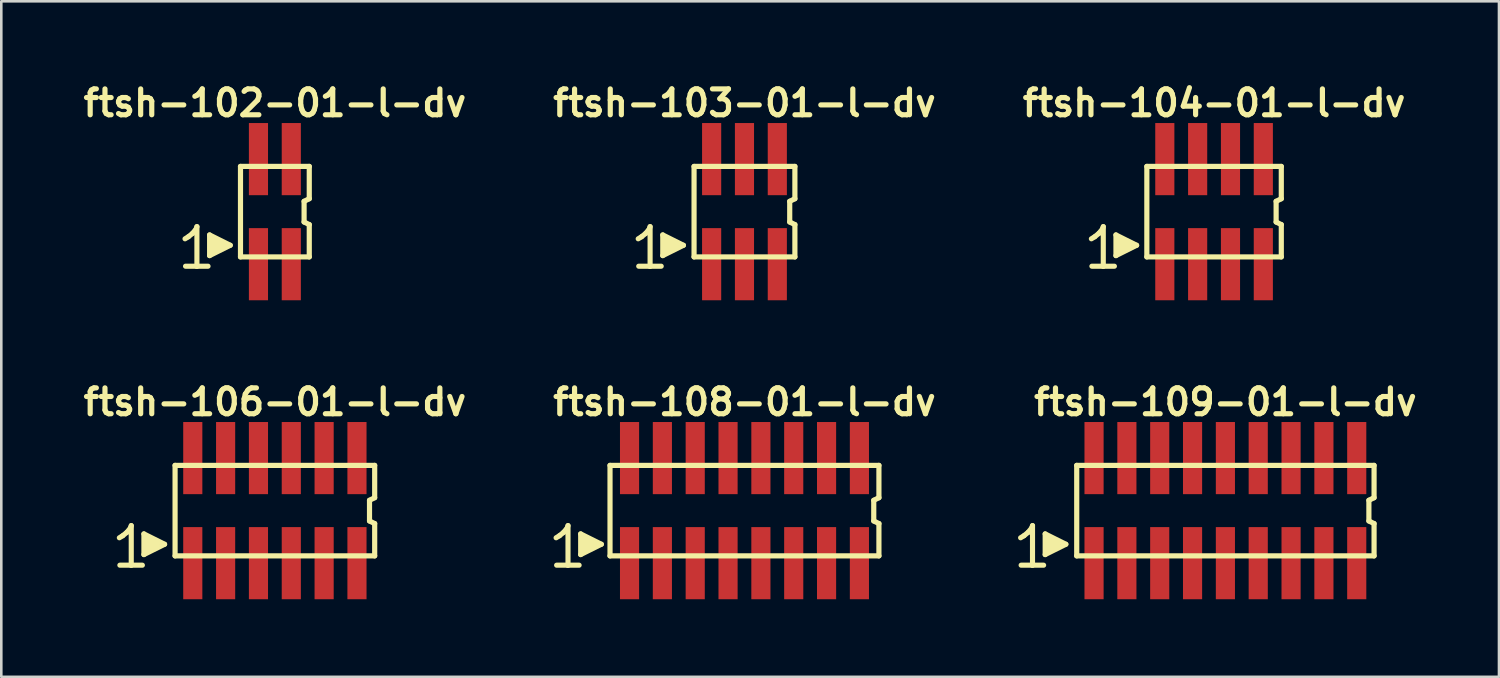
<source format=kicad_pcb>
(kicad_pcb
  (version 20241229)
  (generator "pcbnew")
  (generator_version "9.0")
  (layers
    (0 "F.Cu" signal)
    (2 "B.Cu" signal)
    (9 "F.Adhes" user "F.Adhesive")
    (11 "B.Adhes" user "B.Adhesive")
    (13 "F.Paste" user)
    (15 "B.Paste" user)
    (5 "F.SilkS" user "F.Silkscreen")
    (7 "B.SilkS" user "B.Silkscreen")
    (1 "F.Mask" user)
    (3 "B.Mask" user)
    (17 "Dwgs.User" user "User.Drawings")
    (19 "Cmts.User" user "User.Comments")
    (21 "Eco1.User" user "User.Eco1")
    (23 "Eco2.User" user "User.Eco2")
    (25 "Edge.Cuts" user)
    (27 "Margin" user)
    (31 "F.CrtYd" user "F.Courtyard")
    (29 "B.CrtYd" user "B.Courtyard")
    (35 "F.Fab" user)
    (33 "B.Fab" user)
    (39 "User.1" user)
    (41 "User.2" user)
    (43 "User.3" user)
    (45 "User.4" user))
  (footprint "ftsh-106-01-l-dv"
    (layer "F.Cu")
    (at 7.581 16.699)
    (property "Reference" "ftsh-106-01-l-dv" (at 0 -4.2 0) (layer "F.SilkS") (effects (font (size 1 1) (thickness 0.2))))
    (attr smd)
    (fp_line (start -6.015 1.05) (end -5.885 0.97) (stroke (width 0.198) (type solid)) (layer "F.SilkS"))
    (fp_line (start -5.885 0.97) (end -5.725 0.84) (stroke (width 0.198) (type solid)) (layer "F.SilkS"))
    (fp_line (start -5.725 0.84) (end -5.585 0.67) (stroke (width 0.198) (type solid)) (layer "F.SilkS"))
    (fp_line (start -5.585 0.67) (end -5.555 0.58) (stroke (width 0.198) (type solid)) (layer "F.SilkS"))
    (fp_line (start -5.555 0.58) (end -5.555 2.11) (stroke (width 0.198) (type solid)) (layer "F.SilkS"))
    (fp_line (start -5.555 2.11) (end -5.995 2.11) (stroke (width 0.198) (type solid)) (layer "F.SilkS"))
    (fp_line (start -5.125 2.11) (end -5.565 2.11) (stroke (width 0.198) (type solid)) (layer "F.SilkS"))
    (fp_line (start -5.065 0.9) (end -4.265 1.3) (stroke (width 0.198) (type solid)) (layer "F.SilkS"))
    (fp_line (start -5.065 1.7) (end -5.065 0.9) (stroke (width 0.198) (type solid)) (layer "F.SilkS"))
    (fp_line (start -4.965 1.6) (end -4.965 1) (stroke (width 0.198) (type solid)) (layer "F.SilkS"))
    (fp_line (start -4.865 1.1) (end -4.865 1.5) (stroke (width 0.198) (type solid)) (layer "F.SilkS"))
    (fp_line (start -4.765 1.5) (end -4.765 1.1) (stroke (width 0.198) (type solid)) (layer "F.SilkS"))
    (fp_line (start -4.665 1.2) (end -4.665 1.4) (stroke (width 0.198) (type solid)) (layer "F.SilkS"))
    (fp_line (start -4.565 1.4) (end -4.565 1.2) (stroke (width 0.198) (type solid)) (layer "F.SilkS"))
    (fp_line (start -4.265 1.3) (end -5.065 1.7) (stroke (width 0.198) (type solid)) (layer "F.SilkS"))
    (fp_line (start -3.86 -1.75) (end -3.86 1.75) (stroke (width 0.2) (type solid)) (layer "F.SilkS"))
    (fp_line (start -3.86 -1.75) (end 3.86 -1.75) (stroke (width 0.2) (type solid)) (layer "F.SilkS"))
    (fp_line (start -3.86 1.75) (end 3.86 1.75) (stroke (width 0.2) (type solid)) (layer "F.SilkS"))
    (fp_line (start 3.66 -0.4) (end 3.66 0.4) (stroke (width 0.2) (type solid)) (layer "F.SilkS"))
    (fp_line (start 3.66 0.4) (end 3.86 0.5) (stroke (width 0.2) (type solid)) (layer "F.SilkS"))
    (fp_line (start 3.86 -0.5) (end 3.66 -0.4) (stroke (width 0.2) (type solid)) (layer "F.SilkS"))
    (fp_line (start 3.86 -0.5) (end 3.86 -1.75) (stroke (width 0.2) (type solid)) (layer "F.SilkS"))
    (fp_line (start 3.86 0.5) (end 3.86 1.75) (stroke (width 0.2) (type solid)) (layer "F.SilkS"))
    (pad "1" smd rect (at -3.175 2.032) (size 0.74 2.79) (layers "F.Cu" "F.Mask" "F.Paste"))
    (pad "2" smd rect (at -3.175 -2.032) (size 0.74 2.79) (layers "F.Cu" "F.Mask" "F.Paste"))
    (pad "3" smd rect (at -1.905 2.032) (size 0.74 2.79) (layers "F.Cu" "F.Mask" "F.Paste"))
    (pad "4" smd rect (at -1.905 -2.032) (size 0.74 2.79) (layers "F.Cu" "F.Mask" "F.Paste"))
    (pad "5" smd rect (at -0.635 2.032) (size 0.74 2.79) (layers "F.Cu" "F.Mask" "F.Paste"))
    (pad "6" smd rect (at -0.635 -2.032) (size 0.74 2.79) (layers "F.Cu" "F.Mask" "F.Paste"))
    (pad "7" smd rect (at 0.635 2.032) (size 0.74 2.79) (layers "F.Cu" "F.Mask" "F.Paste"))
    (pad "8" smd rect (at 0.635 -2.032) (size 0.74 2.79) (layers "F.Cu" "F.Mask" "F.Paste"))
    (pad "9" smd rect (at 1.905 2.032) (size 0.74 2.79) (layers "F.Cu" "F.Mask" "F.Paste"))
    (pad "10" smd rect (at 1.905 -2.032) (size 0.74 2.79) (layers "F.Cu" "F.Mask" "F.Paste"))
    (pad "11" smd rect (at 3.175 2.032) (size 0.74 2.79) (layers "F.Cu" "F.Mask" "F.Paste"))
    (pad "12" smd rect (at 3.175 -2.032) (size 0.74 2.79) (layers "F.Cu" "F.Mask" "F.Paste")))
  (footprint "ftsh-102-01-l-dv"
    (layer "F.Cu")
    (at 7.581 5.136)
    (property "Reference" "ftsh-102-01-l-dv" (at 0 -4.2 0) (layer "F.SilkS") (effects (font (size 1 1) (thickness 0.2))))
    (attr smd)
    (fp_line (start -3.475 1.05) (end -3.345 0.97) (stroke (width 0.198) (type solid)) (layer "F.SilkS"))
    (fp_line (start -3.345 0.97) (end -3.185 0.84) (stroke (width 0.198) (type solid)) (layer "F.SilkS"))
    (fp_line (start -3.185 0.84) (end -3.045 0.67) (stroke (width 0.198) (type solid)) (layer "F.SilkS"))
    (fp_line (start -3.045 0.67) (end -3.015 0.58) (stroke (width 0.198) (type solid)) (layer "F.SilkS"))
    (fp_line (start -3.015 0.58) (end -3.015 2.11) (stroke (width 0.198) (type solid)) (layer "F.SilkS"))
    (fp_line (start -3.015 2.11) (end -3.455 2.11) (stroke (width 0.198) (type solid)) (layer "F.SilkS"))
    (fp_line (start -2.585 2.11) (end -3.025 2.11) (stroke (width 0.198) (type solid)) (layer "F.SilkS"))
    (fp_line (start -2.525 0.9) (end -1.725 1.3) (stroke (width 0.198) (type solid)) (layer "F.SilkS"))
    (fp_line (start -2.525 1.7) (end -2.525 0.9) (stroke (width 0.198) (type solid)) (layer "F.SilkS"))
    (fp_line (start -2.425 1.6) (end -2.425 1) (stroke (width 0.198) (type solid)) (layer "F.SilkS"))
    (fp_line (start -2.325 1.1) (end -2.325 1.5) (stroke (width 0.198) (type solid)) (layer "F.SilkS"))
    (fp_line (start -2.225 1.5) (end -2.225 1.1) (stroke (width 0.198) (type solid)) (layer "F.SilkS"))
    (fp_line (start -2.125 1.2) (end -2.125 1.4) (stroke (width 0.198) (type solid)) (layer "F.SilkS"))
    (fp_line (start -2.025 1.4) (end -2.025 1.2) (stroke (width 0.198) (type solid)) (layer "F.SilkS"))
    (fp_line (start -1.725 1.3) (end -2.525 1.7) (stroke (width 0.198) (type solid)) (layer "F.SilkS"))
    (fp_line (start -1.33 -1.75) (end -1.33 1.75) (stroke (width 0.2) (type solid)) (layer "F.SilkS"))
    (fp_line (start -1.33 -1.75) (end 1.33 -1.75) (stroke (width 0.2) (type solid)) (layer "F.SilkS"))
    (fp_line (start -1.33 1.75) (end 1.33 1.75) (stroke (width 0.2) (type solid)) (layer "F.SilkS"))
    (fp_line (start 1.13 -0.4) (end 1.13 0.4) (stroke (width 0.2) (type solid)) (layer "F.SilkS"))
    (fp_line (start 1.13 -0.4) (end 1.33 -0.5) (stroke (width 0.2) (type solid)) (layer "F.SilkS"))
    (fp_line (start 1.13 0.4) (end 1.33 0.5) (stroke (width 0.2) (type solid)) (layer "F.SilkS"))
    (fp_line (start 1.33 -0.5) (end 1.33 -1.75) (stroke (width 0.2) (type solid)) (layer "F.SilkS"))
    (fp_line (start 1.33 0.5) (end 1.33 1.75) (stroke (width 0.2) (type solid)) (layer "F.SilkS"))
    (pad "1" smd rect (at -0.635 2.032) (size 0.74 2.79) (layers "F.Cu" "F.Mask" "F.Paste"))
    (pad "2" smd rect (at -0.635 -2.032) (size 0.74 2.79) (layers "F.Cu" "F.Mask" "F.Paste"))
    (pad "3" smd rect (at 0.635 2.032) (size 0.74 2.79) (layers "F.Cu" "F.Mask" "F.Paste"))
    (pad "4" smd rect (at 0.635 -2.032) (size 0.74 2.79) (layers "F.Cu" "F.Mask" "F.Paste")))
  (footprint "ftsh-108-01-l-dv"
    (layer "F.Cu")
    (at 25.743 16.699)
    (property "Reference" "ftsh-108-01-l-dv" (at 0 -4.2 0) (layer "F.SilkS") (effects (font (size 1 1) (thickness 0.2))))
    (attr smd)
    (fp_line (start -7.285 1.05) (end -7.155 0.97) (stroke (width 0.198) (type solid)) (layer "F.SilkS"))
    (fp_line (start -7.155 0.97) (end -6.995 0.84) (stroke (width 0.198) (type solid)) (layer "F.SilkS"))
    (fp_line (start -6.995 0.84) (end -6.855 0.67) (stroke (width 0.198) (type solid)) (layer "F.SilkS"))
    (fp_line (start -6.855 0.67) (end -6.825 0.58) (stroke (width 0.198) (type solid)) (layer "F.SilkS"))
    (fp_line (start -6.825 0.58) (end -6.825 2.11) (stroke (width 0.198) (type solid)) (layer "F.SilkS"))
    (fp_line (start -6.825 2.11) (end -7.265 2.11) (stroke (width 0.198) (type solid)) (layer "F.SilkS"))
    (fp_line (start -6.395 2.11) (end -6.835 2.11) (stroke (width 0.198) (type solid)) (layer "F.SilkS"))
    (fp_line (start -6.335 0.9) (end -5.535 1.3) (stroke (width 0.198) (type solid)) (layer "F.SilkS"))
    (fp_line (start -6.335 1.7) (end -6.335 0.9) (stroke (width 0.198) (type solid)) (layer "F.SilkS"))
    (fp_line (start -6.235 1.6) (end -6.235 1) (stroke (width 0.198) (type solid)) (layer "F.SilkS"))
    (fp_line (start -6.135 1.1) (end -6.135 1.5) (stroke (width 0.198) (type solid)) (layer "F.SilkS"))
    (fp_line (start -6.035 1.5) (end -6.035 1.1) (stroke (width 0.198) (type solid)) (layer "F.SilkS"))
    (fp_line (start -5.935 1.2) (end -5.935 1.4) (stroke (width 0.198) (type solid)) (layer "F.SilkS"))
    (fp_line (start -5.835 1.4) (end -5.835 1.2) (stroke (width 0.198) (type solid)) (layer "F.SilkS"))
    (fp_line (start -5.535 1.3) (end -6.335 1.7) (stroke (width 0.198) (type solid)) (layer "F.SilkS"))
    (fp_line (start -5.2 -1.75) (end -5.2 1.75) (stroke (width 0.2) (type solid)) (layer "F.SilkS"))
    (fp_line (start -5.2 -1.75) (end 5.2 -1.75) (stroke (width 0.2) (type solid)) (layer "F.SilkS"))
    (fp_line (start -5.2 1.75) (end 5.2 1.75) (stroke (width 0.2) (type solid)) (layer "F.SilkS"))
    (fp_line (start 5 -0.4) (end 5 0.4) (stroke (width 0.2) (type solid)) (layer "F.SilkS"))
    (fp_line (start 5 0.4) (end 5.2 0.5) (stroke (width 0.2) (type solid)) (layer "F.SilkS"))
    (fp_line (start 5.2 -0.5) (end 5 -0.4) (stroke (width 0.2) (type solid)) (layer "F.SilkS"))
    (fp_line (start 5.2 -0.5) (end 5.2 -1.75) (stroke (width 0.2) (type solid)) (layer "F.SilkS"))
    (fp_line (start 5.2 0.5) (end 5.2 1.75) (stroke (width 0.2) (type solid)) (layer "F.SilkS"))
    (pad "1" smd rect (at -4.445 2.032) (size 0.74 2.79) (layers "F.Cu" "F.Mask" "F.Paste"))
    (pad "2" smd rect (at -4.445 -2.032) (size 0.74 2.79) (layers "F.Cu" "F.Mask" "F.Paste"))
    (pad "3" smd rect (at -3.175 2.032) (size 0.74 2.79) (layers "F.Cu" "F.Mask" "F.Paste"))
    (pad "4" smd rect (at -3.175 -2.032) (size 0.74 2.79) (layers "F.Cu" "F.Mask" "F.Paste"))
    (pad "5" smd rect (at -1.905 2.032) (size 0.74 2.79) (layers "F.Cu" "F.Mask" "F.Paste"))
    (pad "6" smd rect (at -1.905 -2.032) (size 0.74 2.79) (layers "F.Cu" "F.Mask" "F.Paste"))
    (pad "7" smd rect (at -0.635 2.032) (size 0.74 2.79) (layers "F.Cu" "F.Mask" "F.Paste"))
    (pad "8" smd rect (at -0.635 -2.032) (size 0.74 2.79) (layers "F.Cu" "F.Mask" "F.Paste"))
    (pad "9" smd rect (at 0.635 2.032) (size 0.74 2.79) (layers "F.Cu" "F.Mask" "F.Paste"))
    (pad "10" smd rect (at 0.635 -2.032) (size 0.74 2.79) (layers "F.Cu" "F.Mask" "F.Paste"))
    (pad "11" smd rect (at 1.905 2.032) (size 0.74 2.79) (layers "F.Cu" "F.Mask" "F.Paste"))
    (pad "12" smd rect (at 1.905 -2.032) (size 0.74 2.79) (layers "F.Cu" "F.Mask" "F.Paste"))
    (pad "13" smd rect (at 3.175 2.032) (size 0.74 2.79) (layers "F.Cu" "F.Mask" "F.Paste"))
    (pad "14" smd rect (at 3.175 -2.032) (size 0.74 2.79) (layers "F.Cu" "F.Mask" "F.Paste"))
    (pad "15" smd rect (at 4.445 2.032) (size 0.74 2.79) (layers "F.Cu" "F.Mask" "F.Paste"))
    (pad "16" smd rect (at 4.445 -2.032) (size 0.74 2.79) (layers "F.Cu" "F.Mask" "F.Paste")))
  (footprint "ftsh-103-01-l-dv"
    (layer "F.Cu")
    (at 25.743 5.136)
    (property "Reference" "ftsh-103-01-l-dv" (at 0 -4.2 0) (layer "F.SilkS") (effects (font (size 1 1) (thickness 0.2))))
    (attr smd)
    (fp_line (start -4.11 1.05) (end -3.98 0.97) (stroke (width 0.198) (type solid)) (layer "F.SilkS"))
    (fp_line (start -3.98 0.97) (end -3.82 0.84) (stroke (width 0.198) (type solid)) (layer "F.SilkS"))
    (fp_line (start -3.82 0.84) (end -3.68 0.67) (stroke (width 0.198) (type solid)) (layer "F.SilkS"))
    (fp_line (start -3.68 0.67) (end -3.65 0.58) (stroke (width 0.198) (type solid)) (layer "F.SilkS"))
    (fp_line (start -3.65 0.58) (end -3.65 2.11) (stroke (width 0.198) (type solid)) (layer "F.SilkS"))
    (fp_line (start -3.65 2.11) (end -4.09 2.11) (stroke (width 0.198) (type solid)) (layer "F.SilkS"))
    (fp_line (start -3.22 2.11) (end -3.66 2.11) (stroke (width 0.198) (type solid)) (layer "F.SilkS"))
    (fp_line (start -3.16 0.9) (end -2.36 1.3) (stroke (width 0.198) (type solid)) (layer "F.SilkS"))
    (fp_line (start -3.16 1.7) (end -3.16 0.9) (stroke (width 0.198) (type solid)) (layer "F.SilkS"))
    (fp_line (start -3.06 1.6) (end -3.06 1) (stroke (width 0.198) (type solid)) (layer "F.SilkS"))
    (fp_line (start -2.96 1.1) (end -2.96 1.5) (stroke (width 0.198) (type solid)) (layer "F.SilkS"))
    (fp_line (start -2.86 1.5) (end -2.86 1.1) (stroke (width 0.198) (type solid)) (layer "F.SilkS"))
    (fp_line (start -2.76 1.2) (end -2.76 1.4) (stroke (width 0.198) (type solid)) (layer "F.SilkS"))
    (fp_line (start -2.66 1.4) (end -2.66 1.2) (stroke (width 0.198) (type solid)) (layer "F.SilkS"))
    (fp_line (start -2.36 1.3) (end -3.16 1.7) (stroke (width 0.198) (type solid)) (layer "F.SilkS"))
    (fp_line (start -1.95 -1.75) (end -1.95 1.75) (stroke (width 0.2) (type solid)) (layer "F.SilkS"))
    (fp_line (start -1.95 -1.75) (end 1.95 -1.75) (stroke (width 0.2) (type solid)) (layer "F.SilkS"))
    (fp_line (start -1.95 1.75) (end 1.95 1.75) (stroke (width 0.2) (type solid)) (layer "F.SilkS"))
    (fp_line (start 1.75 -0.4) (end 1.75 0.4) (stroke (width 0.2) (type solid)) (layer "F.SilkS"))
    (fp_line (start 1.75 -0.4) (end 1.95 -0.5) (stroke (width 0.2) (type solid)) (layer "F.SilkS"))
    (fp_line (start 1.75 0.4) (end 1.95 0.5) (stroke (width 0.2) (type solid)) (layer "F.SilkS"))
    (fp_line (start 1.95 -0.5) (end 1.95 -1.75) (stroke (width 0.2) (type solid)) (layer "F.SilkS"))
    (fp_line (start 1.95 0.5) (end 1.95 1.75) (stroke (width 0.2) (type solid)) (layer "F.SilkS"))
    (pad "1" smd rect (at -1.27 2.032) (size 0.74 2.79) (layers "F.Cu" "F.Mask" "F.Paste"))
    (pad "2" smd rect (at -1.27 -2.032) (size 0.74 2.79) (layers "F.Cu" "F.Mask" "F.Paste"))
    (pad "3" smd rect (at 0 2.032) (size 0.74 2.79) (layers "F.Cu" "F.Mask" "F.Paste"))
    (pad "4" smd rect (at 0 -2.032) (size 0.74 2.79) (layers "F.Cu" "F.Mask" "F.Paste"))
    (pad "5" smd rect (at 1.27 2.032) (size 0.74 2.79) (layers "F.Cu" "F.Mask" "F.Paste"))
    (pad "6" smd rect (at 1.27 -2.032) (size 0.74 2.79) (layers "F.Cu" "F.Mask" "F.Paste")))
  (footprint "ftsh-109-01-l-dv"
    (layer "F.Cu")
    (at 44.343 16.699)
    (property "Reference" "ftsh-109-01-l-dv" (at 0 -4.2 0) (layer "F.SilkS") (effects (font (size 1 1) (thickness 0.2))))
    (attr smd)
    (fp_line (start -7.92 1.05) (end -7.79 0.97) (stroke (width 0.198) (type solid)) (layer "F.SilkS"))
    (fp_line (start -7.79 0.97) (end -7.63 0.84) (stroke (width 0.198) (type solid)) (layer "F.SilkS"))
    (fp_line (start -7.63 0.84) (end -7.49 0.67) (stroke (width 0.198) (type solid)) (layer "F.SilkS"))
    (fp_line (start -7.49 0.67) (end -7.46 0.58) (stroke (width 0.198) (type solid)) (layer "F.SilkS"))
    (fp_line (start -7.46 0.58) (end -7.46 2.11) (stroke (width 0.198) (type solid)) (layer "F.SilkS"))
    (fp_line (start -7.46 2.11) (end -7.9 2.11) (stroke (width 0.198) (type solid)) (layer "F.SilkS"))
    (fp_line (start -7.03 2.11) (end -7.47 2.11) (stroke (width 0.198) (type solid)) (layer "F.SilkS"))
    (fp_line (start -6.97 0.9) (end -6.17 1.3) (stroke (width 0.198) (type solid)) (layer "F.SilkS"))
    (fp_line (start -6.97 1.7) (end -6.97 0.9) (stroke (width 0.198) (type solid)) (layer "F.SilkS"))
    (fp_line (start -6.87 1.6) (end -6.87 1) (stroke (width 0.198) (type solid)) (layer "F.SilkS"))
    (fp_line (start -6.77 1.1) (end -6.77 1.5) (stroke (width 0.198) (type solid)) (layer "F.SilkS"))
    (fp_line (start -6.67 1.5) (end -6.67 1.1) (stroke (width 0.198) (type solid)) (layer "F.SilkS"))
    (fp_line (start -6.57 1.2) (end -6.57 1.4) (stroke (width 0.198) (type solid)) (layer "F.SilkS"))
    (fp_line (start -6.47 1.4) (end -6.47 1.2) (stroke (width 0.198) (type solid)) (layer "F.SilkS"))
    (fp_line (start -6.17 1.3) (end -6.97 1.7) (stroke (width 0.198) (type solid)) (layer "F.SilkS"))
    (fp_line (start -5.75 -1.75) (end -5.75 1.75) (stroke (width 0.2) (type solid)) (layer "F.SilkS"))
    (fp_line (start -5.75 -1.75) (end 5.75 -1.75) (stroke (width 0.2) (type solid)) (layer "F.SilkS"))
    (fp_line (start -5.75 1.75) (end 5.75 1.75) (stroke (width 0.2) (type solid)) (layer "F.SilkS"))
    (fp_line (start 5.55 -0.4) (end 5.55 0.4) (stroke (width 0.2) (type solid)) (layer "F.SilkS"))
    (fp_line (start 5.55 0.4) (end 5.75 0.5) (stroke (width 0.2) (type solid)) (layer "F.SilkS"))
    (fp_line (start 5.75 -0.5) (end 5.55 -0.4) (stroke (width 0.2) (type solid)) (layer "F.SilkS"))
    (fp_line (start 5.75 -0.5) (end 5.75 -1.75) (stroke (width 0.2) (type solid)) (layer "F.SilkS"))
    (fp_line (start 5.75 0.5) (end 5.75 1.75) (stroke (width 0.2) (type solid)) (layer "F.SilkS"))
    (pad "1" smd rect (at -5.08 2.032) (size 0.74 2.79) (layers "F.Cu" "F.Mask" "F.Paste"))
    (pad "2" smd rect (at -5.08 -2.032) (size 0.74 2.79) (layers "F.Cu" "F.Mask" "F.Paste"))
    (pad "3" smd rect (at -3.81 2.032) (size 0.74 2.79) (layers "F.Cu" "F.Mask" "F.Paste"))
    (pad "4" smd rect (at -3.81 -2.032) (size 0.74 2.79) (layers "F.Cu" "F.Mask" "F.Paste"))
    (pad "5" smd rect (at -2.54 2.032) (size 0.74 2.79) (layers "F.Cu" "F.Mask" "F.Paste"))
    (pad "6" smd rect (at -2.54 -2.032) (size 0.74 2.79) (layers "F.Cu" "F.Mask" "F.Paste"))
    (pad "7" smd rect (at -1.27 2.032) (size 0.74 2.79) (layers "F.Cu" "F.Mask" "F.Paste"))
    (pad "8" smd rect (at -1.27 -2.032) (size 0.74 2.79) (layers "F.Cu" "F.Mask" "F.Paste"))
    (pad "9" smd rect (at 0 2.032) (size 0.74 2.79) (layers "F.Cu" "F.Mask" "F.Paste"))
    (pad "10" smd rect (at 0 -2.032) (size 0.74 2.79) (layers "F.Cu" "F.Mask" "F.Paste"))
    (pad "11" smd rect (at 1.27 2.032) (size 0.74 2.79) (layers "F.Cu" "F.Mask" "F.Paste"))
    (pad "12" smd rect (at 1.27 -2.032) (size 0.74 2.79) (layers "F.Cu" "F.Mask" "F.Paste"))
    (pad "13" smd rect (at 2.54 2.032) (size 0.74 2.79) (layers "F.Cu" "F.Mask" "F.Paste"))
    (pad "14" smd rect (at 2.54 -2.032) (size 0.74 2.79) (layers "F.Cu" "F.Mask" "F.Paste"))
    (pad "15" smd rect (at 3.81 2.032) (size 0.74 2.79) (layers "F.Cu" "F.Mask" "F.Paste"))
    (pad "16" smd rect (at 3.81 -2.032) (size 0.74 2.79) (layers "F.Cu" "F.Mask" "F.Paste"))
    (pad "17" smd rect (at 5.08 2.032) (size 0.74 2.79) (layers "F.Cu" "F.Mask" "F.Paste"))
    (pad "18" smd rect (at 5.08 -2.032) (size 0.74 2.79) (layers "F.Cu" "F.Mask" "F.Paste")))
  (footprint "ftsh-104-01-l-dv"
    (layer "F.Cu")
    (at 43.905 5.136)
    (property "Reference" "ftsh-104-01-l-dv" (at 0 -4.2 0) (layer "F.SilkS") (effects (font (size 1 1) (thickness 0.2))))
    (attr smd)
    (fp_line (start -4.745 1.05) (end -4.615 0.97) (stroke (width 0.198) (type solid)) (layer "F.SilkS"))
    (fp_line (start -4.615 0.97) (end -4.455 0.84) (stroke (width 0.198) (type solid)) (layer "F.SilkS"))
    (fp_line (start -4.455 0.84) (end -4.315 0.67) (stroke (width 0.198) (type solid)) (layer "F.SilkS"))
    (fp_line (start -4.315 0.67) (end -4.285 0.58) (stroke (width 0.198) (type solid)) (layer "F.SilkS"))
    (fp_line (start -4.285 0.58) (end -4.285 2.11) (stroke (width 0.198) (type solid)) (layer "F.SilkS"))
    (fp_line (start -4.285 2.11) (end -4.725 2.11) (stroke (width 0.198) (type solid)) (layer "F.SilkS"))
    (fp_line (start -3.855 2.11) (end -4.295 2.11) (stroke (width 0.198) (type solid)) (layer "F.SilkS"))
    (fp_line (start -3.795 0.9) (end -2.995 1.3) (stroke (width 0.198) (type solid)) (layer "F.SilkS"))
    (fp_line (start -3.795 1.7) (end -3.795 0.9) (stroke (width 0.198) (type solid)) (layer "F.SilkS"))
    (fp_line (start -3.695 1.6) (end -3.695 1) (stroke (width 0.198) (type solid)) (layer "F.SilkS"))
    (fp_line (start -3.595 1.1) (end -3.595 1.5) (stroke (width 0.198) (type solid)) (layer "F.SilkS"))
    (fp_line (start -3.495 1.5) (end -3.495 1.1) (stroke (width 0.198) (type solid)) (layer "F.SilkS"))
    (fp_line (start -3.395 1.2) (end -3.395 1.4) (stroke (width 0.198) (type solid)) (layer "F.SilkS"))
    (fp_line (start -3.295 1.4) (end -3.295 1.2) (stroke (width 0.198) (type solid)) (layer "F.SilkS"))
    (fp_line (start -2.995 1.3) (end -3.795 1.7) (stroke (width 0.198) (type solid)) (layer "F.SilkS"))
    (fp_line (start -2.6 -1.75) (end -2.6 1.75) (stroke (width 0.2) (type solid)) (layer "F.SilkS"))
    (fp_line (start -2.6 -1.75) (end 2.6 -1.75) (stroke (width 0.2) (type solid)) (layer "F.SilkS"))
    (fp_line (start -2.6 1.75) (end 2.6 1.75) (stroke (width 0.2) (type solid)) (layer "F.SilkS"))
    (fp_line (start 2.4 -0.4) (end 2.4 0.4) (stroke (width 0.2) (type solid)) (layer "F.SilkS"))
    (fp_line (start 2.4 -0.4) (end 2.6 -0.5) (stroke (width 0.2) (type solid)) (layer "F.SilkS"))
    (fp_line (start 2.4 0.4) (end 2.6 0.5) (stroke (width 0.2) (type solid)) (layer "F.SilkS"))
    (fp_line (start 2.6 -0.5) (end 2.6 -1.75) (stroke (width 0.2) (type solid)) (layer "F.SilkS"))
    (fp_line (start 2.6 0.5) (end 2.6 1.75) (stroke (width 0.2) (type solid)) (layer "F.SilkS"))
    (pad "1" smd rect (at -1.905 2.032) (size 0.74 2.79) (layers "F.Cu" "F.Mask" "F.Paste"))
    (pad "2" smd rect (at -1.905 -2.032) (size 0.74 2.79) (layers "F.Cu" "F.Mask" "F.Paste"))
    (pad "3" smd rect (at -0.635 2.032) (size 0.74 2.79) (layers "F.Cu" "F.Mask" "F.Paste"))
    (pad "4" smd rect (at -0.635 -2.032) (size 0.74 2.79) (layers "F.Cu" "F.Mask" "F.Paste"))
    (pad "5" smd rect (at 0.635 2.032) (size 0.74 2.79) (layers "F.Cu" "F.Mask" "F.Paste"))
    (pad "6" smd rect (at 0.635 -2.032) (size 0.74 2.79) (layers "F.Cu" "F.Mask" "F.Paste"))
    (pad "7" smd rect (at 1.905 2.032) (size 0.74 2.79) (layers "F.Cu" "F.Mask" "F.Paste"))
    (pad "8" smd rect (at 1.905 -2.032) (size 0.74 2.79) (layers "F.Cu" "F.Mask" "F.Paste")))
  (gr_rect
    (start -3 -3)
    (end 54.924 23.126)
    (stroke (width 0.1) (type default))
    (fill no)
    (layer "Edge.Cuts")))
</source>
